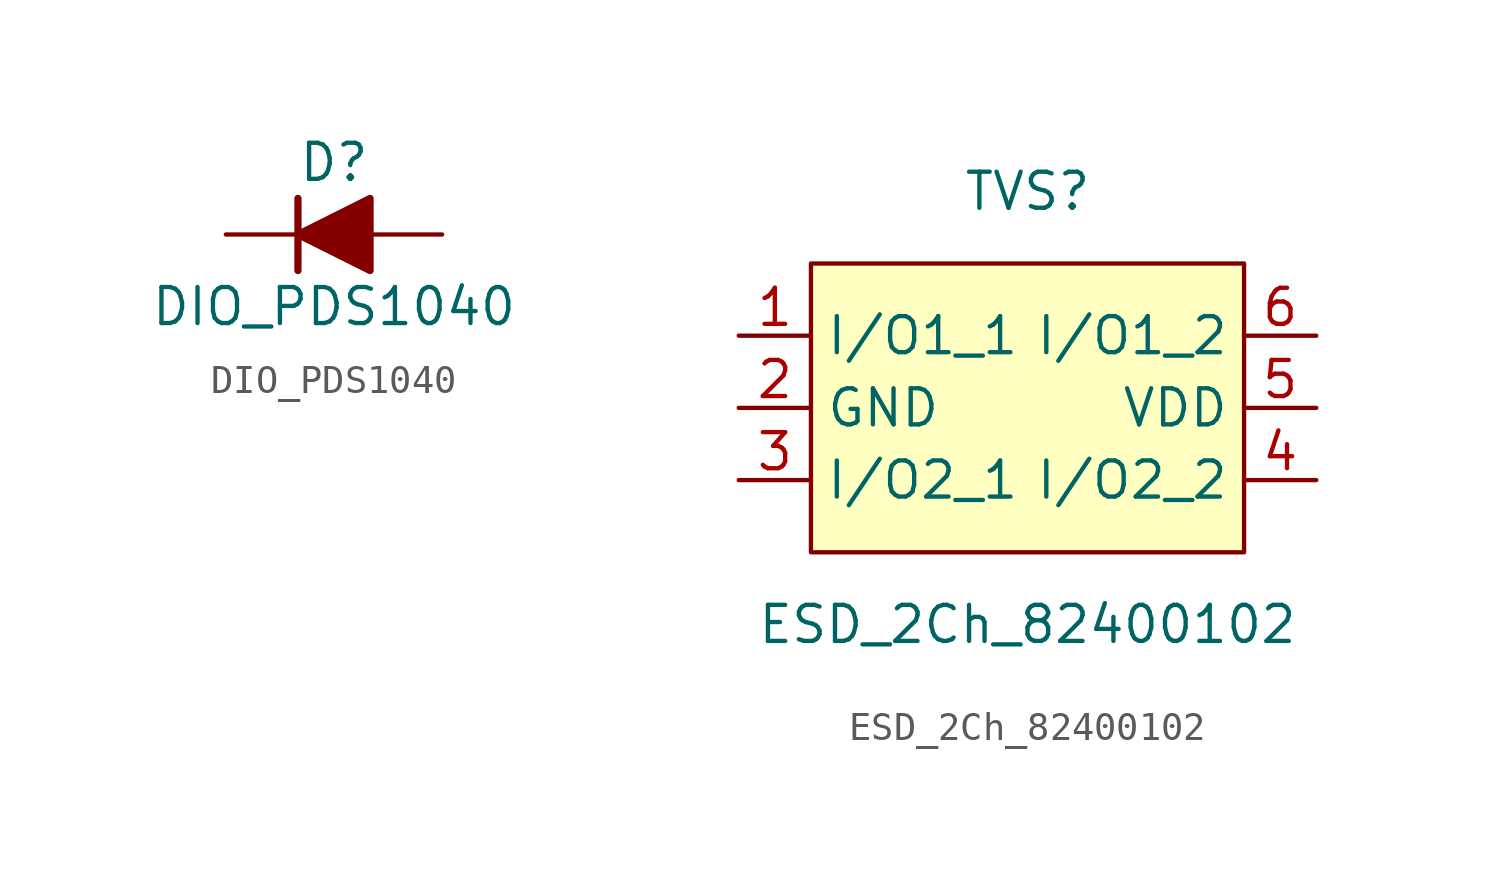
<source format=kicad_sym>
(kicad_symbol_lib
  (version 20211014)
  (generator kicad_symbol_editor)
  (symbol "DIO_PDS1040"
    (pin_numbers hide)
    (pin_names
      (offset 1.016) hide)
    (property "Reference" "D"
      (at 0 2.54 0)
      (effects (font (size 1.27 1.27))))
    (property "Value" "DIO_PDS1040"
      (at 0 -2.54 0)
      (effects (font (size 1.27 1.27))))
    (symbol "DIO_PDS1040_0_1"
      (polyline (pts (xy -1.27 1.27) (xy -1.27 -1.27)) (stroke (width 0.254) (type default) (color 0 0 0 0)) (fill (type none)))
      (polyline (pts (xy 1.27 0) (xy -1.27 0)) (stroke (width 0) (type default) (color 0 0 0 0)) (fill (type none)))
      (polyline (pts (xy 1.27 1.27) (xy 1.27 -1.27) (xy -1.27 0) (xy 1.27 1.27)) (stroke (width 0.254) (type default) (color 0 0 0 0)) (fill (type outline))))
    (symbol "DIO_PDS1040_1_1"
      (pin passive line (at -3.81 0 0) (length 2.54) (name "K" (effects (font (size 1.27 1.27)))) (number "1" (effects (font (size 1.27 1.27)))))
      (pin passive line (at 3.81 0 180) (length 2.54) (name "A" (effects (font (size 1.27 1.27)))) (number "2" (effects (font (size 1.27 1.27)))))))
  (symbol "ESD_2Ch_82400102"
    (property "Reference" "TVS"
      (at 7.62 2.54 0)
      (effects (font (size 1.27 1.27))))
    (property "Value" "ESD_2Ch_82400102"
      (at 7.62 -12.7 0)
      (effects (font (size 1.27 1.27))))
    (symbol "ESD_2Ch_82400102_0_1"
      (rectangle (start 0 0) (end 15.24 -10.16) (stroke (width 0) (type default) (color 0 0 0 0)) (fill (type background))))
    (symbol "ESD_2Ch_82400102_1_1"
      (pin bidirectional line (at -2.54 -2.54 0) (length 2.54) (name "I/O1_1" (effects (font (size 1.27 1.27)))) (number "1" (effects (font (size 1.27 1.27)))))
      (pin power_in line (at -2.54 -5.08 0) (length 2.54) (name "GND" (effects (font (size 1.27 1.27)))) (number "2" (effects (font (size 1.27 1.27)))))
      (pin bidirectional line (at -2.54 -7.62 0) (length 2.54) (name "I/O2_1" (effects (font (size 1.27 1.27)))) (number "3" (effects (font (size 1.27 1.27)))))
      (pin bidirectional line (at 17.78 -7.62 180) (length 2.54) (name "I/O2_2" (effects (font (size 1.27 1.27)))) (number "4" (effects (font (size 1.27 1.27)))))
      (pin power_in line (at 17.78 -5.08 180) (length 2.54) (name "VDD" (effects (font (size 1.27 1.27)))) (number "5" (effects (font (size 1.27 1.27)))))
      (pin bidirectional line (at 17.78 -2.54 180) (length 2.54) (name "I/O1_2" (effects (font (size 1.27 1.27)))) (number "6" (effects (font (size 1.27 1.27))))))))
</source>
